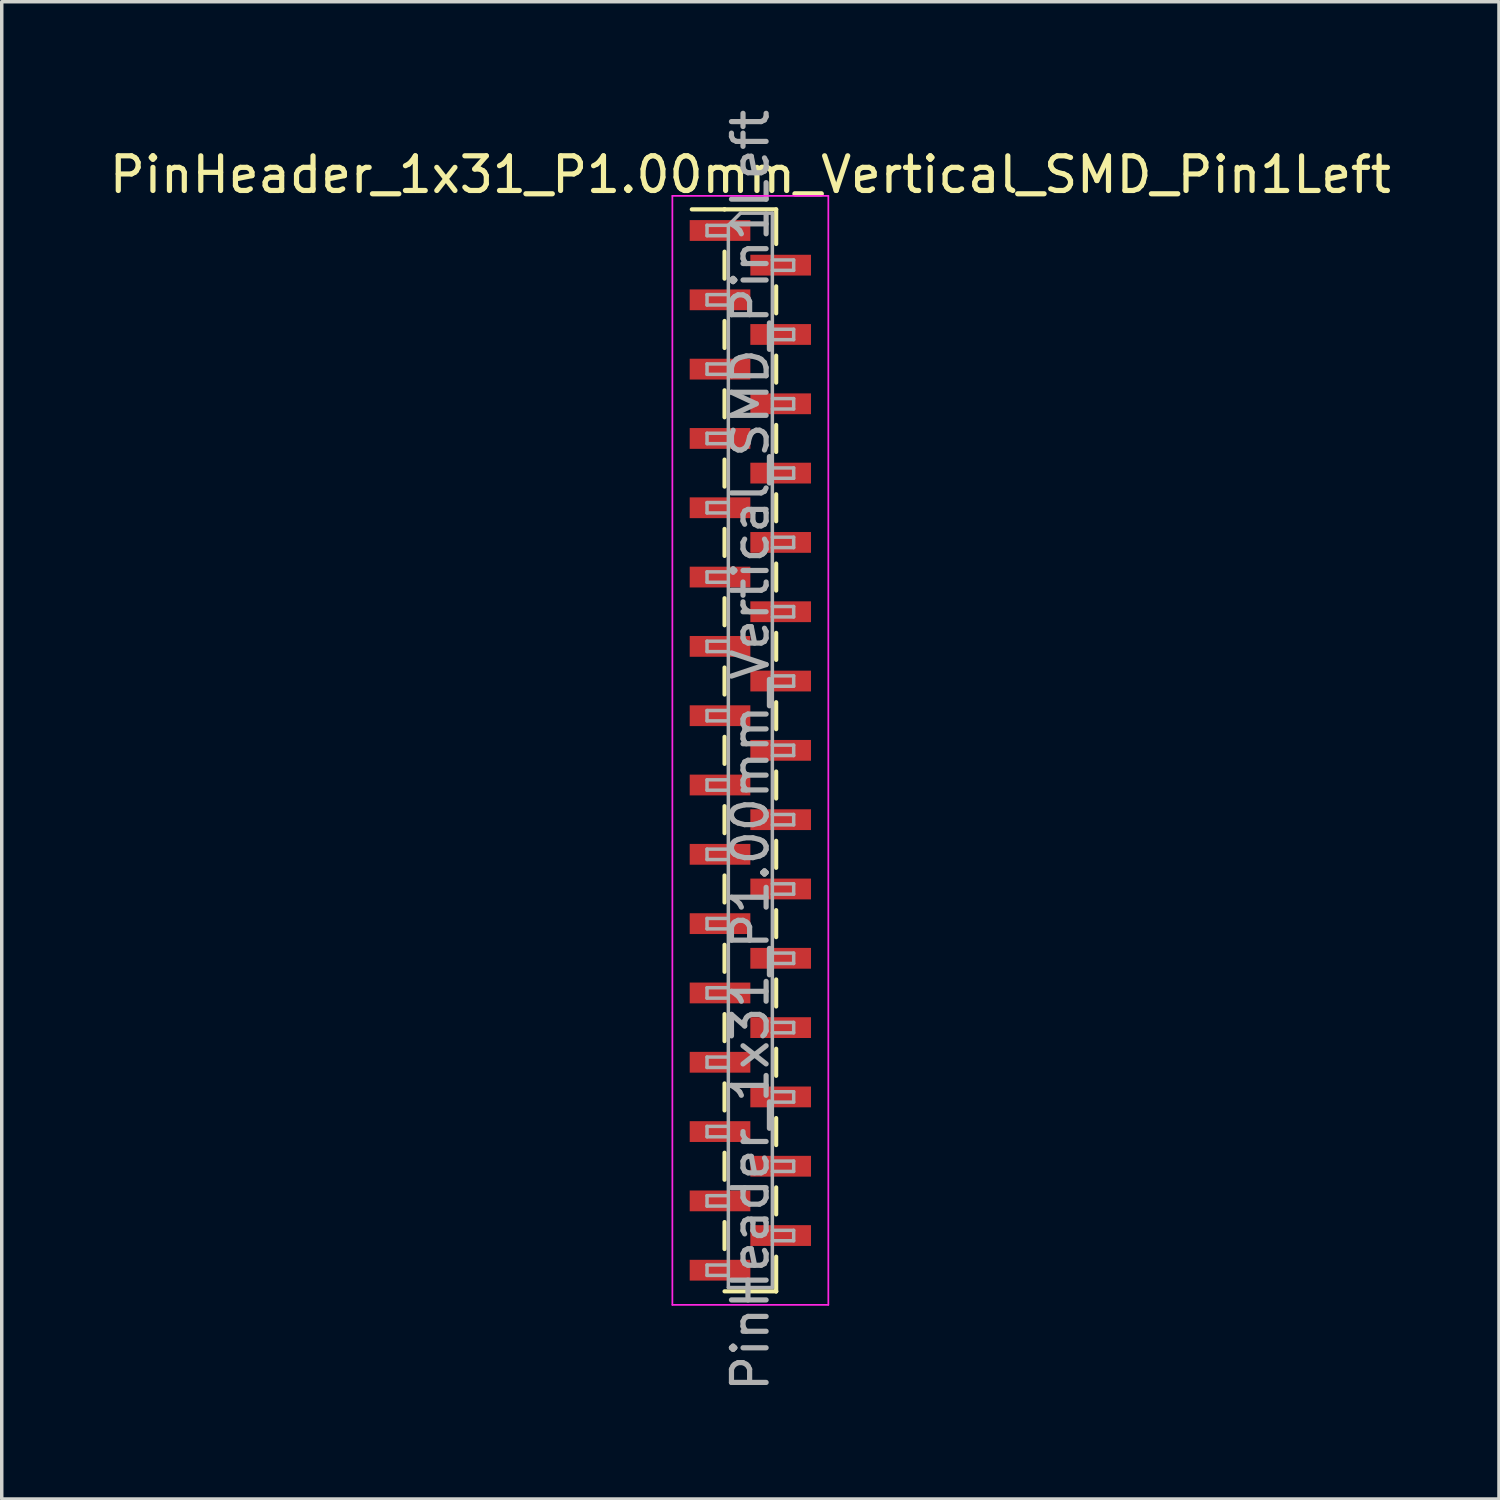
<source format=kicad_pcb>
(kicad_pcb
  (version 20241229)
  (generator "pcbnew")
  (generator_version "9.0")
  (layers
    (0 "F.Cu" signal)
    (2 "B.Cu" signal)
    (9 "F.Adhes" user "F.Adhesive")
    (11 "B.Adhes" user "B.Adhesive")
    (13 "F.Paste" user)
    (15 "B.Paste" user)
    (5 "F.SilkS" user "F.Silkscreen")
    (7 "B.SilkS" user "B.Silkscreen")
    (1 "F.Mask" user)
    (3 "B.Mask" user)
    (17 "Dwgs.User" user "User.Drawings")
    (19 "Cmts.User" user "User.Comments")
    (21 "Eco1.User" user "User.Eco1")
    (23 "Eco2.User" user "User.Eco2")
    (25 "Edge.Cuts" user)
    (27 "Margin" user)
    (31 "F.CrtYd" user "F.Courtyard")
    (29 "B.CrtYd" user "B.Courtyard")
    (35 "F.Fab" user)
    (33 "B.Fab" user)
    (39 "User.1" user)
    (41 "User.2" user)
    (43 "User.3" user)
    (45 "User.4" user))
  (footprint "PinHeader_1x31_P1.00mm_Vertical_SMD_Pin1Left"
    (layer "F.Cu")
    (at 18.601 18.601)
    (property "Reference" "PinHeader_1x31_P1.00mm_Vertical_SMD_Pin1Left" (at 0 -16.61 0) (layer "F.SilkS") (effects (font (size 1 1) (thickness 0.15))))
    (attr smd)
    (fp_line (start -0.745 -15.61) (end -1.69 -15.61) (stroke (width 0.12) (type solid)) (layer "F.SilkS"))
    (fp_line (start -0.745 -15.61) (end -0.745 -15.61) (stroke (width 0.12) (type solid)) (layer "F.SilkS"))
    (fp_line (start -0.745 -15.61) (end 0.745 -15.61) (stroke (width 0.12) (type solid)) (layer "F.SilkS"))
    (fp_line (start -0.745 -14.39) (end -0.745 -13.61) (stroke (width 0.12) (type solid)) (layer "F.SilkS"))
    (fp_line (start -0.745 -12.39) (end -0.745 -11.61) (stroke (width 0.12) (type solid)) (layer "F.SilkS"))
    (fp_line (start -0.745 -10.39) (end -0.745 -9.61) (stroke (width 0.12) (type solid)) (layer "F.SilkS"))
    (fp_line (start -0.745 -8.39) (end -0.745 -7.61) (stroke (width 0.12) (type solid)) (layer "F.SilkS"))
    (fp_line (start -0.745 -6.39) (end -0.745 -5.61) (stroke (width 0.12) (type solid)) (layer "F.SilkS"))
    (fp_line (start -0.745 -4.39) (end -0.745 -3.61) (stroke (width 0.12) (type solid)) (layer "F.SilkS"))
    (fp_line (start -0.745 -2.39) (end -0.745 -1.61) (stroke (width 0.12) (type solid)) (layer "F.SilkS"))
    (fp_line (start -0.745 -0.39) (end -0.745 0.39) (stroke (width 0.12) (type solid)) (layer "F.SilkS"))
    (fp_line (start -0.745 1.61) (end -0.745 2.39) (stroke (width 0.12) (type solid)) (layer "F.SilkS"))
    (fp_line (start -0.745 3.61) (end -0.745 4.39) (stroke (width 0.12) (type solid)) (layer "F.SilkS"))
    (fp_line (start -0.745 5.61) (end -0.745 6.39) (stroke (width 0.12) (type solid)) (layer "F.SilkS"))
    (fp_line (start -0.745 7.61) (end -0.745 8.39) (stroke (width 0.12) (type solid)) (layer "F.SilkS"))
    (fp_line (start -0.745 9.61) (end -0.745 10.39) (stroke (width 0.12) (type solid)) (layer "F.SilkS"))
    (fp_line (start -0.745 11.61) (end -0.745 12.39) (stroke (width 0.12) (type solid)) (layer "F.SilkS"))
    (fp_line (start -0.745 13.61) (end -0.745 14.39) (stroke (width 0.12) (type solid)) (layer "F.SilkS"))
    (fp_line (start -0.745 15.61) (end 0.745 15.61) (stroke (width 0.12) (type solid)) (layer "F.SilkS"))
    (fp_line (start 0.745 -15.61) (end 0.745 -14.61) (stroke (width 0.12) (type solid)) (layer "F.SilkS"))
    (fp_line (start 0.745 -13.39) (end 0.745 -12.61) (stroke (width 0.12) (type solid)) (layer "F.SilkS"))
    (fp_line (start 0.745 -11.39) (end 0.745 -10.61) (stroke (width 0.12) (type solid)) (layer "F.SilkS"))
    (fp_line (start 0.745 -9.39) (end 0.745 -8.61) (stroke (width 0.12) (type solid)) (layer "F.SilkS"))
    (fp_line (start 0.745 -7.39) (end 0.745 -6.61) (stroke (width 0.12) (type solid)) (layer "F.SilkS"))
    (fp_line (start 0.745 -5.39) (end 0.745 -4.61) (stroke (width 0.12) (type solid)) (layer "F.SilkS"))
    (fp_line (start 0.745 -3.39) (end 0.745 -2.61) (stroke (width 0.12) (type solid)) (layer "F.SilkS"))
    (fp_line (start 0.745 -1.39) (end 0.745 -0.61) (stroke (width 0.12) (type solid)) (layer "F.SilkS"))
    (fp_line (start 0.745 0.61) (end 0.745 1.39) (stroke (width 0.12) (type solid)) (layer "F.SilkS"))
    (fp_line (start 0.745 2.61) (end 0.745 3.39) (stroke (width 0.12) (type solid)) (layer "F.SilkS"))
    (fp_line (start 0.745 4.61) (end 0.745 5.39) (stroke (width 0.12) (type solid)) (layer "F.SilkS"))
    (fp_line (start 0.745 6.61) (end 0.745 7.39) (stroke (width 0.12) (type solid)) (layer "F.SilkS"))
    (fp_line (start 0.745 8.61) (end 0.745 9.39) (stroke (width 0.12) (type solid)) (layer "F.SilkS"))
    (fp_line (start 0.745 10.61) (end 0.745 11.39) (stroke (width 0.12) (type solid)) (layer "F.SilkS"))
    (fp_line (start 0.745 12.61) (end 0.745 13.39) (stroke (width 0.12) (type solid)) (layer "F.SilkS"))
    (fp_line (start 0.745 14.61) (end 0.745 15.61) (stroke (width 0.12) (type solid)) (layer "F.SilkS"))
    (fp_line (start 0.745 15.61) (end 0.745 15.61) (stroke (width 0.12) (type solid)) (layer "F.SilkS"))
    (fp_line (start -2.25 -16) (end -2.25 16) (stroke (width 0.05) (type solid)) (layer "F.CrtYd"))
    (fp_line (start -2.25 16) (end 2.25 16) (stroke (width 0.05) (type solid)) (layer "F.CrtYd"))
    (fp_line (start 2.25 -16) (end -2.25 -16) (stroke (width 0.05) (type solid)) (layer "F.CrtYd"))
    (fp_line (start 2.25 16) (end 2.25 -16) (stroke (width 0.05) (type solid)) (layer "F.CrtYd"))
    (fp_line (start -1.25 -15.15) (end -1.25 -14.85) (stroke (width 0.1) (type solid)) (layer "F.Fab"))
    (fp_line (start -1.25 -14.85) (end -0.635 -14.85) (stroke (width 0.1) (type solid)) (layer "F.Fab"))
    (fp_line (start -1.25 -13.15) (end -1.25 -12.85) (stroke (width 0.1) (type solid)) (layer "F.Fab"))
    (fp_line (start -1.25 -12.85) (end -0.635 -12.85) (stroke (width 0.1) (type solid)) (layer "F.Fab"))
    (fp_line (start -1.25 -11.15) (end -1.25 -10.85) (stroke (width 0.1) (type solid)) (layer "F.Fab"))
    (fp_line (start -1.25 -10.85) (end -0.635 -10.85) (stroke (width 0.1) (type solid)) (layer "F.Fab"))
    (fp_line (start -1.25 -9.15) (end -1.25 -8.85) (stroke (width 0.1) (type solid)) (layer "F.Fab"))
    (fp_line (start -1.25 -8.85) (end -0.635 -8.85) (stroke (width 0.1) (type solid)) (layer "F.Fab"))
    (fp_line (start -1.25 -7.15) (end -1.25 -6.85) (stroke (width 0.1) (type solid)) (layer "F.Fab"))
    (fp_line (start -1.25 -6.85) (end -0.635 -6.85) (stroke (width 0.1) (type solid)) (layer "F.Fab"))
    (fp_line (start -1.25 -5.15) (end -1.25 -4.85) (stroke (width 0.1) (type solid)) (layer "F.Fab"))
    (fp_line (start -1.25 -4.85) (end -0.635 -4.85) (stroke (width 0.1) (type solid)) (layer "F.Fab"))
    (fp_line (start -1.25 -3.15) (end -1.25 -2.85) (stroke (width 0.1) (type solid)) (layer "F.Fab"))
    (fp_line (start -1.25 -2.85) (end -0.635 -2.85) (stroke (width 0.1) (type solid)) (layer "F.Fab"))
    (fp_line (start -1.25 -1.15) (end -1.25 -0.85) (stroke (width 0.1) (type solid)) (layer "F.Fab"))
    (fp_line (start -1.25 -0.85) (end -0.635 -0.85) (stroke (width 0.1) (type solid)) (layer "F.Fab"))
    (fp_line (start -1.25 0.85) (end -1.25 1.15) (stroke (width 0.1) (type solid)) (layer "F.Fab"))
    (fp_line (start -1.25 1.15) (end -0.635 1.15) (stroke (width 0.1) (type solid)) (layer "F.Fab"))
    (fp_line (start -1.25 2.85) (end -1.25 3.15) (stroke (width 0.1) (type solid)) (layer "F.Fab"))
    (fp_line (start -1.25 3.15) (end -0.635 3.15) (stroke (width 0.1) (type solid)) (layer "F.Fab"))
    (fp_line (start -1.25 4.85) (end -1.25 5.15) (stroke (width 0.1) (type solid)) (layer "F.Fab"))
    (fp_line (start -1.25 5.15) (end -0.635 5.15) (stroke (width 0.1) (type solid)) (layer "F.Fab"))
    (fp_line (start -1.25 6.85) (end -1.25 7.15) (stroke (width 0.1) (type solid)) (layer "F.Fab"))
    (fp_line (start -1.25 7.15) (end -0.635 7.15) (stroke (width 0.1) (type solid)) (layer "F.Fab"))
    (fp_line (start -1.25 8.85) (end -1.25 9.15) (stroke (width 0.1) (type solid)) (layer "F.Fab"))
    (fp_line (start -1.25 9.15) (end -0.635 9.15) (stroke (width 0.1) (type solid)) (layer "F.Fab"))
    (fp_line (start -1.25 10.85) (end -1.25 11.15) (stroke (width 0.1) (type solid)) (layer "F.Fab"))
    (fp_line (start -1.25 11.15) (end -0.635 11.15) (stroke (width 0.1) (type solid)) (layer "F.Fab"))
    (fp_line (start -1.25 12.85) (end -1.25 13.15) (stroke (width 0.1) (type solid)) (layer "F.Fab"))
    (fp_line (start -1.25 13.15) (end -0.635 13.15) (stroke (width 0.1) (type solid)) (layer "F.Fab"))
    (fp_line (start -1.25 14.85) (end -1.25 15.15) (stroke (width 0.1) (type solid)) (layer "F.Fab"))
    (fp_line (start -1.25 15.15) (end -0.635 15.15) (stroke (width 0.1) (type solid)) (layer "F.Fab"))
    (fp_line (start -0.635 -15.15) (end -1.25 -15.15) (stroke (width 0.1) (type solid)) (layer "F.Fab"))
    (fp_line (start -0.635 -15.15) (end -0.285 -15.5) (stroke (width 0.1) (type solid)) (layer "F.Fab"))
    (fp_line (start -0.635 -13.15) (end -1.25 -13.15) (stroke (width 0.1) (type solid)) (layer "F.Fab"))
    (fp_line (start -0.635 -11.15) (end -1.25 -11.15) (stroke (width 0.1) (type solid)) (layer "F.Fab"))
    (fp_line (start -0.635 -9.15) (end -1.25 -9.15) (stroke (width 0.1) (type solid)) (layer "F.Fab"))
    (fp_line (start -0.635 -7.15) (end -1.25 -7.15) (stroke (width 0.1) (type solid)) (layer "F.Fab"))
    (fp_line (start -0.635 -5.15) (end -1.25 -5.15) (stroke (width 0.1) (type solid)) (layer "F.Fab"))
    (fp_line (start -0.635 -3.15) (end -1.25 -3.15) (stroke (width 0.1) (type solid)) (layer "F.Fab"))
    (fp_line (start -0.635 -1.15) (end -1.25 -1.15) (stroke (width 0.1) (type solid)) (layer "F.Fab"))
    (fp_line (start -0.635 0.85) (end -1.25 0.85) (stroke (width 0.1) (type solid)) (layer "F.Fab"))
    (fp_line (start -0.635 2.85) (end -1.25 2.85) (stroke (width 0.1) (type solid)) (layer "F.Fab"))
    (fp_line (start -0.635 4.85) (end -1.25 4.85) (stroke (width 0.1) (type solid)) (layer "F.Fab"))
    (fp_line (start -0.635 6.85) (end -1.25 6.85) (stroke (width 0.1) (type solid)) (layer "F.Fab"))
    (fp_line (start -0.635 8.85) (end -1.25 8.85) (stroke (width 0.1) (type solid)) (layer "F.Fab"))
    (fp_line (start -0.635 10.85) (end -1.25 10.85) (stroke (width 0.1) (type solid)) (layer "F.Fab"))
    (fp_line (start -0.635 12.85) (end -1.25 12.85) (stroke (width 0.1) (type solid)) (layer "F.Fab"))
    (fp_line (start -0.635 14.85) (end -1.25 14.85) (stroke (width 0.1) (type solid)) (layer "F.Fab"))
    (fp_line (start -0.635 15.5) (end -0.635 -15.15) (stroke (width 0.1) (type solid)) (layer "F.Fab"))
    (fp_line (start -0.285 -15.5) (end 0.635 -15.5) (stroke (width 0.1) (type solid)) (layer "F.Fab"))
    (fp_line (start 0.635 -15.5) (end 0.635 15.5) (stroke (width 0.1) (type solid)) (layer "F.Fab"))
    (fp_line (start 0.635 -14.15) (end 1.25 -14.15) (stroke (width 0.1) (type solid)) (layer "F.Fab"))
    (fp_line (start 0.635 -12.15) (end 1.25 -12.15) (stroke (width 0.1) (type solid)) (layer "F.Fab"))
    (fp_line (start 0.635 -10.15) (end 1.25 -10.15) (stroke (width 0.1) (type solid)) (layer "F.Fab"))
    (fp_line (start 0.635 -8.15) (end 1.25 -8.15) (stroke (width 0.1) (type solid)) (layer "F.Fab"))
    (fp_line (start 0.635 -6.15) (end 1.25 -6.15) (stroke (width 0.1) (type solid)) (layer "F.Fab"))
    (fp_line (start 0.635 -4.15) (end 1.25 -4.15) (stroke (width 0.1) (type solid)) (layer "F.Fab"))
    (fp_line (start 0.635 -2.15) (end 1.25 -2.15) (stroke (width 0.1) (type solid)) (layer "F.Fab"))
    (fp_line (start 0.635 -0.15) (end 1.25 -0.15) (stroke (width 0.1) (type solid)) (layer "F.Fab"))
    (fp_line (start 0.635 1.85) (end 1.25 1.85) (stroke (width 0.1) (type solid)) (layer "F.Fab"))
    (fp_line (start 0.635 3.85) (end 1.25 3.85) (stroke (width 0.1) (type solid)) (layer "F.Fab"))
    (fp_line (start 0.635 5.85) (end 1.25 5.85) (stroke (width 0.1) (type solid)) (layer "F.Fab"))
    (fp_line (start 0.635 7.85) (end 1.25 7.85) (stroke (width 0.1) (type solid)) (layer "F.Fab"))
    (fp_line (start 0.635 9.85) (end 1.25 9.85) (stroke (width 0.1) (type solid)) (layer "F.Fab"))
    (fp_line (start 0.635 11.85) (end 1.25 11.85) (stroke (width 0.1) (type solid)) (layer "F.Fab"))
    (fp_line (start 0.635 13.85) (end 1.25 13.85) (stroke (width 0.1) (type solid)) (layer "F.Fab"))
    (fp_line (start 0.635 15.5) (end -0.635 15.5) (stroke (width 0.1) (type solid)) (layer "F.Fab"))
    (fp_line (start 1.25 -14.15) (end 1.25 -13.85) (stroke (width 0.1) (type solid)) (layer "F.Fab"))
    (fp_line (start 1.25 -13.85) (end 0.635 -13.85) (stroke (width 0.1) (type solid)) (layer "F.Fab"))
    (fp_line (start 1.25 -12.15) (end 1.25 -11.85) (stroke (width 0.1) (type solid)) (layer "F.Fab"))
    (fp_line (start 1.25 -11.85) (end 0.635 -11.85) (stroke (width 0.1) (type solid)) (layer "F.Fab"))
    (fp_line (start 1.25 -10.15) (end 1.25 -9.85) (stroke (width 0.1) (type solid)) (layer "F.Fab"))
    (fp_line (start 1.25 -9.85) (end 0.635 -9.85) (stroke (width 0.1) (type solid)) (layer "F.Fab"))
    (fp_line (start 1.25 -8.15) (end 1.25 -7.85) (stroke (width 0.1) (type solid)) (layer "F.Fab"))
    (fp_line (start 1.25 -7.85) (end 0.635 -7.85) (stroke (width 0.1) (type solid)) (layer "F.Fab"))
    (fp_line (start 1.25 -6.15) (end 1.25 -5.85) (stroke (width 0.1) (type solid)) (layer "F.Fab"))
    (fp_line (start 1.25 -5.85) (end 0.635 -5.85) (stroke (width 0.1) (type solid)) (layer "F.Fab"))
    (fp_line (start 1.25 -4.15) (end 1.25 -3.85) (stroke (width 0.1) (type solid)) (layer "F.Fab"))
    (fp_line (start 1.25 -3.85) (end 0.635 -3.85) (stroke (width 0.1) (type solid)) (layer "F.Fab"))
    (fp_line (start 1.25 -2.15) (end 1.25 -1.85) (stroke (width 0.1) (type solid)) (layer "F.Fab"))
    (fp_line (start 1.25 -1.85) (end 0.635 -1.85) (stroke (width 0.1) (type solid)) (layer "F.Fab"))
    (fp_line (start 1.25 -0.15) (end 1.25 0.15) (stroke (width 0.1) (type solid)) (layer "F.Fab"))
    (fp_line (start 1.25 0.15) (end 0.635 0.15) (stroke (width 0.1) (type solid)) (layer "F.Fab"))
    (fp_line (start 1.25 1.85) (end 1.25 2.15) (stroke (width 0.1) (type solid)) (layer "F.Fab"))
    (fp_line (start 1.25 2.15) (end 0.635 2.15) (stroke (width 0.1) (type solid)) (layer "F.Fab"))
    (fp_line (start 1.25 3.85) (end 1.25 4.15) (stroke (width 0.1) (type solid)) (layer "F.Fab"))
    (fp_line (start 1.25 4.15) (end 0.635 4.15) (stroke (width 0.1) (type solid)) (layer "F.Fab"))
    (fp_line (start 1.25 5.85) (end 1.25 6.15) (stroke (width 0.1) (type solid)) (layer "F.Fab"))
    (fp_line (start 1.25 6.15) (end 0.635 6.15) (stroke (width 0.1) (type solid)) (layer "F.Fab"))
    (fp_line (start 1.25 7.85) (end 1.25 8.15) (stroke (width 0.1) (type solid)) (layer "F.Fab"))
    (fp_line (start 1.25 8.15) (end 0.635 8.15) (stroke (width 0.1) (type solid)) (layer "F.Fab"))
    (fp_line (start 1.25 9.85) (end 1.25 10.15) (stroke (width 0.1) (type solid)) (layer "F.Fab"))
    (fp_line (start 1.25 10.15) (end 0.635 10.15) (stroke (width 0.1) (type solid)) (layer "F.Fab"))
    (fp_line (start 1.25 11.85) (end 1.25 12.15) (stroke (width 0.1) (type solid)) (layer "F.Fab"))
    (fp_line (start 1.25 12.15) (end 0.635 12.15) (stroke (width 0.1) (type solid)) (layer "F.Fab"))
    (fp_line (start 1.25 13.85) (end 1.25 14.15) (stroke (width 0.1) (type solid)) (layer "F.Fab"))
    (fp_line (start 1.25 14.15) (end 0.635 14.15) (stroke (width 0.1) (type solid)) (layer "F.Fab"))
    (fp_text user "${REFERENCE}" (at 0 0 90) (layer "F.Fab") (effects (font (size 1 1) (thickness 0.15))))
    (pad "1" smd rect (at -0.875 -15) (size 1.75 0.6) (layers "F.Cu" "F.Mask" "F.Paste"))
    (pad "2" smd rect (at 0.875 -14) (size 1.75 0.6) (layers "F.Cu" "F.Mask" "F.Paste"))
    (pad "3" smd rect (at -0.875 -13) (size 1.75 0.6) (layers "F.Cu" "F.Mask" "F.Paste"))
    (pad "4" smd rect (at 0.875 -12) (size 1.75 0.6) (layers "F.Cu" "F.Mask" "F.Paste"))
    (pad "5" smd rect (at -0.875 -11) (size 1.75 0.6) (layers "F.Cu" "F.Mask" "F.Paste"))
    (pad "6" smd rect (at 0.875 -10) (size 1.75 0.6) (layers "F.Cu" "F.Mask" "F.Paste"))
    (pad "7" smd rect (at -0.875 -9) (size 1.75 0.6) (layers "F.Cu" "F.Mask" "F.Paste"))
    (pad "8" smd rect (at 0.875 -8) (size 1.75 0.6) (layers "F.Cu" "F.Mask" "F.Paste"))
    (pad "9" smd rect (at -0.875 -7) (size 1.75 0.6) (layers "F.Cu" "F.Mask" "F.Paste"))
    (pad "10" smd rect (at 0.875 -6) (size 1.75 0.6) (layers "F.Cu" "F.Mask" "F.Paste"))
    (pad "11" smd rect (at -0.875 -5) (size 1.75 0.6) (layers "F.Cu" "F.Mask" "F.Paste"))
    (pad "12" smd rect (at 0.875 -4) (size 1.75 0.6) (layers "F.Cu" "F.Mask" "F.Paste"))
    (pad "13" smd rect (at -0.875 -3) (size 1.75 0.6) (layers "F.Cu" "F.Mask" "F.Paste"))
    (pad "14" smd rect (at 0.875 -2) (size 1.75 0.6) (layers "F.Cu" "F.Mask" "F.Paste"))
    (pad "15" smd rect (at -0.875 -1) (size 1.75 0.6) (layers "F.Cu" "F.Mask" "F.Paste"))
    (pad "16" smd rect (at 0.875 0) (size 1.75 0.6) (layers "F.Cu" "F.Mask" "F.Paste"))
    (pad "17" smd rect (at -0.875 1) (size 1.75 0.6) (layers "F.Cu" "F.Mask" "F.Paste"))
    (pad "18" smd rect (at 0.875 2) (size 1.75 0.6) (layers "F.Cu" "F.Mask" "F.Paste"))
    (pad "19" smd rect (at -0.875 3) (size 1.75 0.6) (layers "F.Cu" "F.Mask" "F.Paste"))
    (pad "20" smd rect (at 0.875 4) (size 1.75 0.6) (layers "F.Cu" "F.Mask" "F.Paste"))
    (pad "21" smd rect (at -0.875 5) (size 1.75 0.6) (layers "F.Cu" "F.Mask" "F.Paste"))
    (pad "22" smd rect (at 0.875 6) (size 1.75 0.6) (layers "F.Cu" "F.Mask" "F.Paste"))
    (pad "23" smd rect (at -0.875 7) (size 1.75 0.6) (layers "F.Cu" "F.Mask" "F.Paste"))
    (pad "24" smd rect (at 0.875 8) (size 1.75 0.6) (layers "F.Cu" "F.Mask" "F.Paste"))
    (pad "25" smd rect (at -0.875 9) (size 1.75 0.6) (layers "F.Cu" "F.Mask" "F.Paste"))
    (pad "26" smd rect (at 0.875 10) (size 1.75 0.6) (layers "F.Cu" "F.Mask" "F.Paste"))
    (pad "27" smd rect (at -0.875 11) (size 1.75 0.6) (layers "F.Cu" "F.Mask" "F.Paste"))
    (pad "28" smd rect (at 0.875 12) (size 1.75 0.6) (layers "F.Cu" "F.Mask" "F.Paste"))
    (pad "29" smd rect (at -0.875 13) (size 1.75 0.6) (layers "F.Cu" "F.Mask" "F.Paste"))
    (pad "30" smd rect (at 0.875 14) (size 1.75 0.6) (layers "F.Cu" "F.Mask" "F.Paste"))
    (pad "31" smd rect (at -0.875 15) (size 1.75 0.6) (layers "F.Cu" "F.Mask" "F.Paste")))
  (gr_rect
    (start -3 -3)
    (end 40.202 40.202)
    (stroke (width 0.1) (type default))
    (fill no)
    (layer "Edge.Cuts")))
</source>
